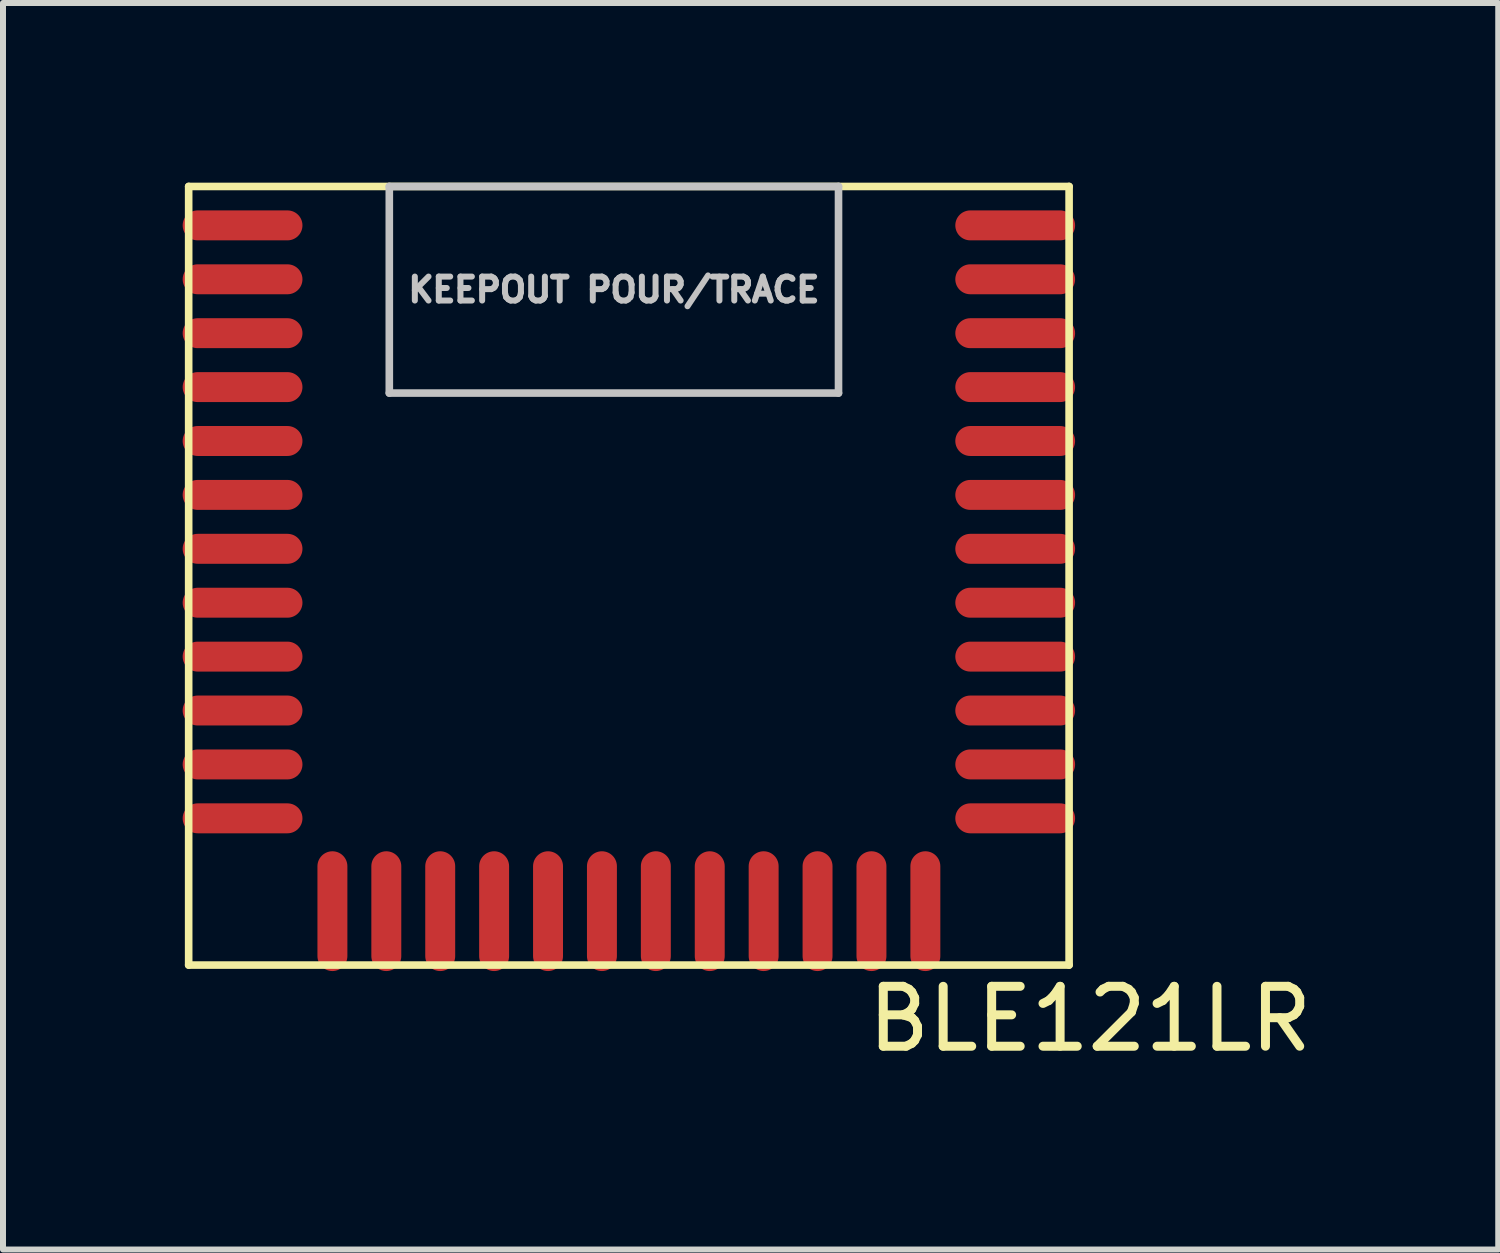
<source format=kicad_pcb>
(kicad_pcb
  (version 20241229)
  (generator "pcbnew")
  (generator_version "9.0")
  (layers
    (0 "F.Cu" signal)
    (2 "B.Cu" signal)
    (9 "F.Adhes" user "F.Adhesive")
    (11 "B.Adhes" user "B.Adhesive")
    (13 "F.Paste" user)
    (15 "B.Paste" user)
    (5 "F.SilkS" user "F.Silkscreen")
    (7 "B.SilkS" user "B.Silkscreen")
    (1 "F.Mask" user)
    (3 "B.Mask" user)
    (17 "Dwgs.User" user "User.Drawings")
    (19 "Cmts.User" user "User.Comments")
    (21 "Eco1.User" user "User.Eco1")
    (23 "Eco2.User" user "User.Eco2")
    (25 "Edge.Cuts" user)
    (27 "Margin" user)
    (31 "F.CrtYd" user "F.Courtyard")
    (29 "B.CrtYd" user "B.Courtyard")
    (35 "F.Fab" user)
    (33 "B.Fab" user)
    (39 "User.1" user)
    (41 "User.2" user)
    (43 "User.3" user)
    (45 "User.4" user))
  (footprint "BLE121LR"
    (layer "F.Cu")
    (at 7.45 5.663)
    (property "Reference" "BLE121LR" (at 7.7 8.3 0) (layer "F.SilkS") (effects (font (size 1 1) (thickness 0.15))))
    (attr through_hole)
    (fp_line (start -7.35 -5.6) (end 7.35 -5.6) (stroke (width 0.127) (type solid)) (layer "F.SilkS"))
    (fp_line (start -7.35 7.4) (end -7.35 -5.6) (stroke (width 0.127) (type solid)) (layer "F.SilkS"))
    (fp_line (start 7.35 -5.6) (end 7.35 7.4) (stroke (width 0.127) (type solid)) (layer "F.SilkS"))
    (fp_line (start 7.35 7.4) (end -7.35 7.4) (stroke (width 0.127) (type solid)) (layer "F.SilkS"))
    (fp_line (start -4 -5.6) (end -4 -2.15) (stroke (width 0.127) (type solid)) (layer "Dwgs.User"))
    (fp_line (start -4 -2.15) (end 3.5 -2.15) (stroke (width 0.127) (type solid)) (layer "Dwgs.User"))
    (fp_line (start 3.5 -5.6) (end -4 -5.6) (stroke (width 0.127) (type solid)) (layer "Dwgs.User"))
    (fp_line (start 3.5 -2.15) (end 3.5 -5.6) (stroke (width 0.127) (type solid)) (layer "Dwgs.User"))
    (fp_text user "KEEPOUT POUR/TRACE" (at -0.25 -3.875 0) (layer "Dwgs.User") (effects (font (size 0.4 0.4) (thickness 0.1))))
    (pad "1" smd oval (at -6.45 -4.95) (size 2 0.5) (layers "F.Cu" "F.Mask" "F.Paste"))
    (pad "2" smd oval (at -6.45 -4.05) (size 2 0.5) (layers "F.Cu" "F.Mask" "F.Paste"))
    (pad "3" smd oval (at -6.45 -3.15) (size 2 0.5) (layers "F.Cu" "F.Mask" "F.Paste"))
    (pad "4" smd oval (at -6.45 -2.25) (size 2 0.5) (layers "F.Cu" "F.Mask" "F.Paste"))
    (pad "5" smd oval (at -6.45 -1.35) (size 2 0.5) (layers "F.Cu" "F.Mask" "F.Paste"))
    (pad "6" smd oval (at -6.45 -0.45) (size 2 0.5) (layers "F.Cu" "F.Mask" "F.Paste"))
    (pad "7" smd oval (at -6.45 0.45) (size 2 0.5) (layers "F.Cu" "F.Mask" "F.Paste"))
    (pad "8" smd oval (at -6.45 1.35) (size 2 0.5) (layers "F.Cu" "F.Mask" "F.Paste"))
    (pad "9" smd oval (at -6.45 2.25) (size 2 0.5) (layers "F.Cu" "F.Mask" "F.Paste"))
    (pad "10" smd oval (at -6.45 3.15) (size 2 0.5) (layers "F.Cu" "F.Mask" "F.Paste"))
    (pad "11" smd oval (at -6.45 4.05) (size 2 0.5) (layers "F.Cu" "F.Mask" "F.Paste"))
    (pad "12" smd oval (at -6.45 4.95) (size 2 0.5) (layers "F.Cu" "F.Mask" "F.Paste"))
    (pad "13" smd oval (at -4.95 6.5 90) (size 2 0.5) (layers "F.Cu" "F.Mask" "F.Paste"))
    (pad "14" smd oval (at -4.05 6.5 90) (size 2 0.5) (layers "F.Cu" "F.Mask" "F.Paste"))
    (pad "15" smd oval (at -3.15 6.5 90) (size 2 0.5) (layers "F.Cu" "F.Mask" "F.Paste"))
    (pad "16" smd oval (at -2.25 6.5 90) (size 2 0.5) (layers "F.Cu" "F.Mask" "F.Paste"))
    (pad "17" smd oval (at -1.35 6.5 90) (size 2 0.5) (layers "F.Cu" "F.Mask" "F.Paste"))
    (pad "18" smd oval (at -0.45 6.5 90) (size 2 0.5) (layers "F.Cu" "F.Mask" "F.Paste"))
    (pad "19" smd oval (at 0.45 6.5 90) (size 2 0.5) (layers "F.Cu" "F.Mask" "F.Paste"))
    (pad "20" smd oval (at 1.35 6.5 90) (size 2 0.5) (layers "F.Cu" "F.Mask" "F.Paste"))
    (pad "21" smd oval (at 2.25 6.5 90) (size 2 0.5) (layers "F.Cu" "F.Mask" "F.Paste"))
    (pad "22" smd oval (at 3.15 6.5 90) (size 2 0.5) (layers "F.Cu" "F.Mask" "F.Paste"))
    (pad "23" smd oval (at 4.05 6.5 90) (size 2 0.5) (layers "F.Cu" "F.Mask" "F.Paste"))
    (pad "24" smd oval (at 4.95 6.5 90) (size 2 0.5) (layers "F.Cu" "F.Mask" "F.Paste"))
    (pad "25" smd oval (at 6.45 4.95) (size 2 0.5) (layers "F.Cu" "F.Mask" "F.Paste"))
    (pad "26" smd oval (at 6.45 4.05) (size 2 0.5) (layers "F.Cu" "F.Mask" "F.Paste"))
    (pad "27" smd oval (at 6.45 3.15) (size 2 0.5) (layers "F.Cu" "F.Mask" "F.Paste"))
    (pad "28" smd oval (at 6.45 2.25) (size 2 0.5) (layers "F.Cu" "F.Mask" "F.Paste"))
    (pad "29" smd oval (at 6.45 1.35) (size 2 0.5) (layers "F.Cu" "F.Mask" "F.Paste"))
    (pad "30" smd oval (at 6.45 0.45) (size 2 0.5) (layers "F.Cu" "F.Mask" "F.Paste"))
    (pad "31" smd oval (at 6.45 -0.45) (size 2 0.5) (layers "F.Cu" "F.Mask" "F.Paste"))
    (pad "32" smd oval (at 6.45 -1.35) (size 2 0.5) (layers "F.Cu" "F.Mask" "F.Paste"))
    (pad "33" smd oval (at 6.45 -2.25) (size 2 0.5) (layers "F.Cu" "F.Mask" "F.Paste"))
    (pad "34" smd oval (at 6.45 -3.15) (size 2 0.5) (layers "F.Cu" "F.Mask" "F.Paste"))
    (pad "35" smd oval (at 6.45 -4.05) (size 2 0.5) (layers "F.Cu" "F.Mask" "F.Paste"))
    (pad "36" smd oval (at 6.45 -4.95) (size 2 0.5) (layers "F.Cu" "F.Mask" "F.Paste")))
  (gr_rect
    (start -3 -3)
    (end 21.965 17.812)
    (stroke (width 0.1) (type default))
    (fill no)
    (layer "Edge.Cuts")))
</source>
